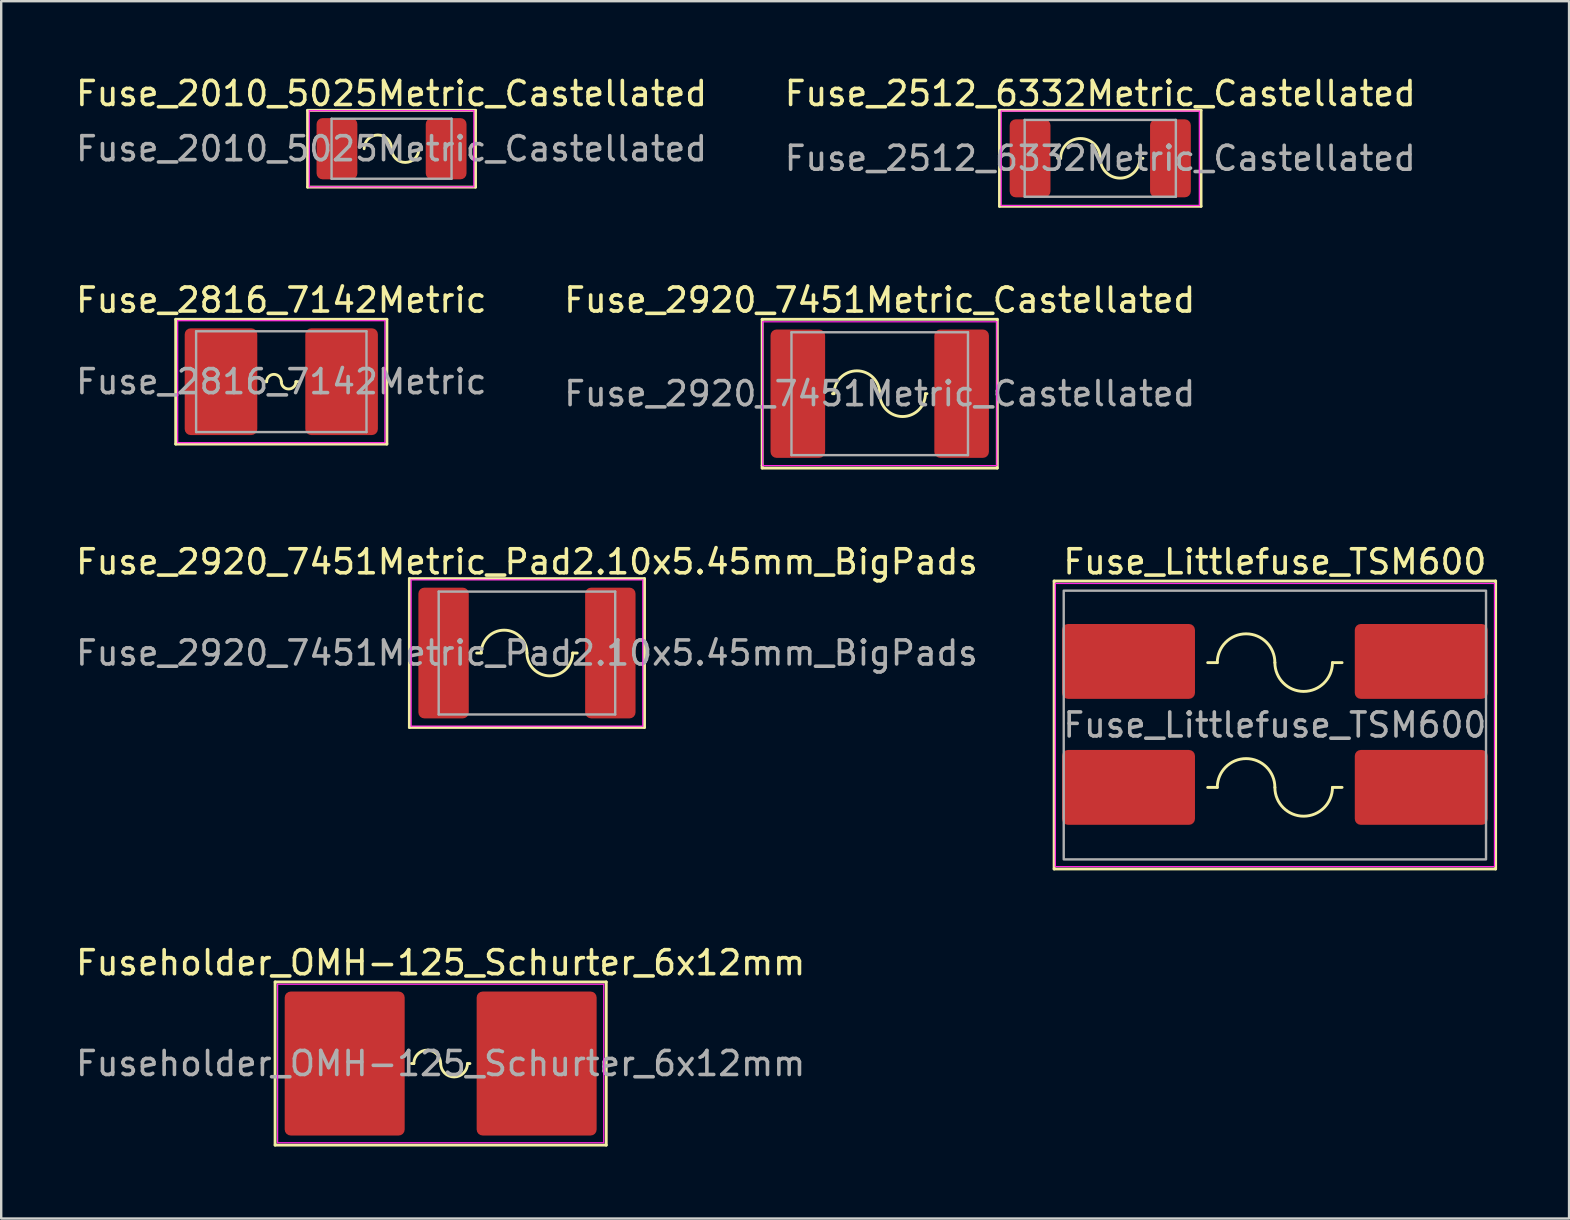
<source format=kicad_pcb>
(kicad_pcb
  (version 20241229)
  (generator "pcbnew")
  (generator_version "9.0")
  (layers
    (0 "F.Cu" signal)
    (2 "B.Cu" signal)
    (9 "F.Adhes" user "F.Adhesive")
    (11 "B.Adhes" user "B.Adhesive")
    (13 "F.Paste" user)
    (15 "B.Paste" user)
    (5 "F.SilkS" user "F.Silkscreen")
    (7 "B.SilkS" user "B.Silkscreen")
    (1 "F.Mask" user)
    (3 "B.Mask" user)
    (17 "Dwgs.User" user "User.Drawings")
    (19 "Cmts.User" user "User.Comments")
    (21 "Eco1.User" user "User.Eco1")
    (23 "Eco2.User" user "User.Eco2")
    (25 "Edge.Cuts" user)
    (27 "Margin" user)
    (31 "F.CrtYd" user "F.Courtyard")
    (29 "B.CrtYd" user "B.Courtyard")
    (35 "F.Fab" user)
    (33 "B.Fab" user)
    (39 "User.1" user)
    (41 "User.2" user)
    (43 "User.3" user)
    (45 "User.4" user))
  (footprint "Fuse_2010_5025Metric_Castellated"
    (layer "F.Cu")
    (at 13.268 3.148)
    (property "Reference" "Fuse_2010_5025Metric_Castellated" (at 0 -2.3 0) (layer "F.SilkS") (effects (font (size 1 1) (thickness 0.15))))
    (attr smd)
    (fp_line (start -3.5 -1.6) (end -3.5 1.6) (stroke (width 0.12) (type solid)) (layer "F.SilkS"))
    (fp_line (start -3.5 1.6) (end 3.5 1.6) (stroke (width 0.12) (type solid)) (layer "F.SilkS"))
    (fp_line (start 3.5 -1.6) (end -3.5 -1.6) (stroke (width 0.12) (type solid)) (layer "F.SilkS"))
    (fp_line (start 3.5 1.6) (end 3.5 -1.6) (stroke (width 0.12) (type solid)) (layer "F.SilkS"))
    (fp_arc (start -1.143 0) (mid -0.5715 -0.5715) (end 0 0) (stroke (width 0.12) (type solid)) (layer "F.SilkS"))
    (fp_arc (start 1.143 0) (mid 0.5715 0.5715) (end 0 0) (stroke (width 0.12) (type solid)) (layer "F.SilkS"))
    (fp_line (start -3.429 -1.587) (end 3.429 -1.587) (stroke (width 0.05) (type solid)) (layer "F.CrtYd"))
    (fp_line (start -3.429 1.587) (end -3.429 -1.587) (stroke (width 0.05) (type solid)) (layer "F.CrtYd"))
    (fp_line (start 3.429 -1.587) (end 3.429 1.587) (stroke (width 0.05) (type solid)) (layer "F.CrtYd"))
    (fp_line (start 3.429 1.587) (end -3.429 1.587) (stroke (width 0.05) (type solid)) (layer "F.CrtYd"))
    (fp_line (start -2.5 -1.25) (end 2.5 -1.25) (stroke (width 0.1) (type solid)) (layer "F.Fab"))
    (fp_line (start -2.5 1.25) (end -2.5 -1.25) (stroke (width 0.1) (type solid)) (layer "F.Fab"))
    (fp_line (start 2.5 -1.25) (end 2.5 1.25) (stroke (width 0.1) (type solid)) (layer "F.Fab"))
    (fp_line (start 2.5 1.25) (end -2.5 1.25) (stroke (width 0.1) (type solid)) (layer "F.Fab"))
    (fp_text user "${REFERENCE}" (at 0 0 0) (layer "F.Fab") (effects (font (size 1 1) (thickness 0.15))))
    (pad "1" smd roundrect (at -2.275 0) (size 1.7 2.55) (layers "F.Cu" "F.Mask" "F.Paste") (roundrect_rratio 0.147))
    (pad "2" smd roundrect (at 2.275 0) (size 1.7 2.55) (layers "F.Cu" "F.Mask" "F.Paste") (roundrect_rratio 0.147)))
  (footprint "Fuse_2512_6332Metric_Castellated"
    (layer "F.Cu")
    (at 42.804 3.548)
    (property "Reference" "Fuse_2512_6332Metric_Castellated" (at 0 -2.7 0) (layer "F.SilkS") (effects (font (size 1 1) (thickness 0.15))))
    (attr smd)
    (fp_line (start -4.2 -2) (end -4.2 2) (stroke (width 0.12) (type solid)) (layer "F.SilkS"))
    (fp_line (start -4.2 2) (end 4.2 2) (stroke (width 0.12) (type solid)) (layer "F.SilkS"))
    (fp_line (start -1.651 0) (end -1.778 0) (stroke (width 0.12) (type solid)) (layer "F.SilkS"))
    (fp_line (start 1.778 0) (end 1.651 0) (stroke (width 0.12) (type solid)) (layer "F.SilkS"))
    (fp_line (start 4.2 -2) (end -4.2 -2) (stroke (width 0.12) (type solid)) (layer "F.SilkS"))
    (fp_line (start 4.2 2) (end 4.2 -2) (stroke (width 0.12) (type solid)) (layer "F.SilkS"))
    (fp_arc (start -1.651 0) (mid -0.8255 -0.8255) (end 0 0) (stroke (width 0.12) (type solid)) (layer "F.SilkS"))
    (fp_arc (start 1.651 0) (mid 0.8255 0.8255) (end 0 0) (stroke (width 0.12) (type solid)) (layer "F.SilkS"))
    (fp_line (start -4.128 -1.968) (end 4.128 -1.968) (stroke (width 0.05) (type solid)) (layer "F.CrtYd"))
    (fp_line (start -4.128 1.968) (end -4.128 -1.968) (stroke (width 0.05) (type solid)) (layer "F.CrtYd"))
    (fp_line (start 4.128 -1.968) (end 4.128 1.968) (stroke (width 0.05) (type solid)) (layer "F.CrtYd"))
    (fp_line (start 4.128 1.968) (end -4.128 1.968) (stroke (width 0.05) (type solid)) (layer "F.CrtYd"))
    (fp_line (start -3.15 -1.6) (end 3.15 -1.6) (stroke (width 0.1) (type solid)) (layer "F.Fab"))
    (fp_line (start -3.15 1.6) (end -3.15 -1.6) (stroke (width 0.1) (type solid)) (layer "F.Fab"))
    (fp_line (start 3.15 -1.6) (end 3.15 1.6) (stroke (width 0.1) (type solid)) (layer "F.Fab"))
    (fp_line (start 3.15 1.6) (end -3.15 1.6) (stroke (width 0.1) (type solid)) (layer "F.Fab"))
    (fp_text user "${REFERENCE}" (at 0 0 0) (layer "F.Fab") (effects (font (size 1 1) (thickness 0.15))))
    (pad "1" smd roundrect (at -2.925 0) (size 1.7 3.25) (layers "F.Cu" "F.Mask" "F.Paste") (roundrect_rratio 0.147))
    (pad "2" smd roundrect (at 2.925 0) (size 1.7 3.25) (layers "F.Cu" "F.Mask" "F.Paste") (roundrect_rratio 0.147)))
  (footprint "Fuse_2920_7451Metric_Pad2.10x5.45mm_BigPads"
    (layer "F.Cu")
    (at 18.911 24.165)
    (property "Reference" "Fuse_2920_7451Metric_Pad2.10x5.45mm_BigPads" (at 0 -3.8 0) (layer "F.SilkS") (effects (font (size 1 1) (thickness 0.15))))
    (attr smd)
    (fp_line (start -4.9 -3.1) (end -4.9 3.1) (stroke (width 0.12) (type solid)) (layer "F.SilkS"))
    (fp_line (start -4.9 3.1) (end 4.9 3.1) (stroke (width 0.12) (type solid)) (layer "F.SilkS"))
    (fp_line (start -1.905 0) (end -2.095 0) (stroke (width 0.12) (type solid)) (layer "F.SilkS"))
    (fp_line (start 2.095 0) (end 1.905 0) (stroke (width 0.12) (type solid)) (layer "F.SilkS"))
    (fp_line (start 4.9 -3.1) (end -4.9 -3.1) (stroke (width 0.12) (type solid)) (layer "F.SilkS"))
    (fp_line (start 4.9 3.1) (end 4.9 -3.1) (stroke (width 0.12) (type solid)) (layer "F.SilkS"))
    (fp_arc (start -1.905 0) (mid -0.9525 -0.9525) (end 0 0) (stroke (width 0.12) (type solid)) (layer "F.SilkS"))
    (fp_arc (start 1.905 0) (mid 0.9525 0.9525) (end 0 0) (stroke (width 0.12) (type solid)) (layer "F.SilkS"))
    (fp_line (start -4.826 -3.048) (end 4.826 -3.048) (stroke (width 0.05) (type solid)) (layer "F.CrtYd"))
    (fp_line (start -4.826 3.048) (end -4.826 -3.048) (stroke (width 0.05) (type solid)) (layer "F.CrtYd"))
    (fp_line (start 4.826 -3.048) (end 4.826 3.048) (stroke (width 0.05) (type solid)) (layer "F.CrtYd"))
    (fp_line (start 4.826 3.048) (end -4.826 3.048) (stroke (width 0.05) (type solid)) (layer "F.CrtYd"))
    (fp_line (start -3.678 -2.56) (end 3.678 -2.56) (stroke (width 0.1) (type solid)) (layer "F.Fab"))
    (fp_line (start -3.678 2.56) (end -3.678 -2.56) (stroke (width 0.1) (type solid)) (layer "F.Fab"))
    (fp_line (start 3.678 -2.56) (end 3.678 2.56) (stroke (width 0.1) (type solid)) (layer "F.Fab"))
    (fp_line (start 3.678 2.56) (end -3.678 2.56) (stroke (width 0.1) (type solid)) (layer "F.Fab"))
    (fp_text user "${REFERENCE}" (at 0 0 0) (layer "F.Fab") (effects (font (size 1 1) (thickness 0.15))))
    (pad "1" smd roundrect (at -3.475 0) (size 2.1 5.45) (layers "F.Cu" "F.Mask" "F.Paste") (roundrect_rratio 0.119))
    (pad "2" smd roundrect (at 3.475 0) (size 2.1 5.45) (layers "F.Cu" "F.Mask" "F.Paste") (roundrect_rratio 0.119)))
  (footprint "Fuse_2920_7451Metric_Castellated"
    (layer "F.Cu")
    (at 33.613 13.357)
    (property "Reference" "Fuse_2920_7451Metric_Castellated" (at 0 -3.9 0) (layer "F.SilkS") (effects (font (size 1 1) (thickness 0.15))))
    (attr smd)
    (fp_line (start -4.9 -3.1) (end -4.9 3) (stroke (width 0.12) (type solid)) (layer "F.SilkS"))
    (fp_line (start -4.9 3) (end -4.9 3.1) (stroke (width 0.12) (type solid)) (layer "F.SilkS"))
    (fp_line (start -4.9 3.1) (end 4.9 3.1) (stroke (width 0.12) (type solid)) (layer "F.SilkS"))
    (fp_line (start -1.905 0) (end -1.968 0) (stroke (width 0.12) (type solid)) (layer "F.SilkS"))
    (fp_line (start 1.968 0) (end 1.905 0) (stroke (width 0.12) (type solid)) (layer "F.SilkS"))
    (fp_line (start 4.9 -3.1) (end -4.9 -3.1) (stroke (width 0.12) (type solid)) (layer "F.SilkS"))
    (fp_line (start 4.9 3.1) (end 4.9 -3.1) (stroke (width 0.12) (type solid)) (layer "F.SilkS"))
    (fp_arc (start -1.905 0) (mid -0.9525 -0.9525) (end 0 0) (stroke (width 0.12) (type solid)) (layer "F.SilkS"))
    (fp_arc (start 1.905 0) (mid 0.9525 0.9525) (end 0 0) (stroke (width 0.12) (type solid)) (layer "F.SilkS"))
    (fp_line (start -4.877 -2.997) (end 4.877 -2.997) (stroke (width 0.05) (type solid)) (layer "F.CrtYd"))
    (fp_line (start -4.877 2.997) (end -4.877 -2.997) (stroke (width 0.05) (type solid)) (layer "F.CrtYd"))
    (fp_line (start 4.877 -2.997) (end 4.877 2.997) (stroke (width 0.05) (type solid)) (layer "F.CrtYd"))
    (fp_line (start 4.877 2.997) (end -4.877 2.997) (stroke (width 0.05) (type solid)) (layer "F.CrtYd"))
    (fp_line (start -3.678 -2.56) (end 3.678 -2.56) (stroke (width 0.1) (type solid)) (layer "F.Fab"))
    (fp_line (start -3.678 2.56) (end -3.678 -2.56) (stroke (width 0.1) (type solid)) (layer "F.Fab"))
    (fp_line (start 3.678 -2.56) (end 3.678 2.56) (stroke (width 0.1) (type solid)) (layer "F.Fab"))
    (fp_line (start 3.678 2.56) (end -3.678 2.56) (stroke (width 0.1) (type solid)) (layer "F.Fab"))
    (fp_text user "${REFERENCE}" (at 0 0 0) (layer "F.Fab") (effects (font (size 1 1) (thickness 0.15))))
    (pad "1" smd roundrect (at -3.413 0) (size 2.275 5.35) (layers "F.Cu" "F.Mask" "F.Paste") (roundrect_rratio 0.11))
    (pad "2" smd roundrect (at 3.413 0) (size 2.275 5.35) (layers "F.Cu" "F.Mask" "F.Paste") (roundrect_rratio 0.11)))
  (footprint "Fuse_2816_7142Metric"
    (layer "F.Cu")
    (at 8.673 12.857)
    (property "Reference" "Fuse_2816_7142Metric" (at 0 -3.4 0) (layer "F.SilkS") (effects (font (size 1 1) (thickness 0.15))))
    (attr smd)
    (fp_line (start -4.4 -2.6) (end -4.4 2.6) (stroke (width 0.12) (type solid)) (layer "F.SilkS"))
    (fp_line (start -4.4 2.6) (end 4.4 2.6) (stroke (width 0.12) (type solid)) (layer "F.SilkS"))
    (fp_line (start -0.61 0) (end -0.711 0) (stroke (width 0.12) (type solid)) (layer "F.SilkS"))
    (fp_line (start 0.61 0) (end 0.711 0) (stroke (width 0.12) (type solid)) (layer "F.SilkS"))
    (fp_line (start 4.4 -2.6) (end -4.4 -2.6) (stroke (width 0.12) (type solid)) (layer "F.SilkS"))
    (fp_line (start 4.4 2.6) (end 4.4 -2.6) (stroke (width 0.12) (type solid)) (layer "F.SilkS"))
    (fp_arc (start -0.6096 0) (mid -0.3048 -0.3048) (end 0 0) (stroke (width 0.12) (type solid)) (layer "F.SilkS"))
    (fp_arc (start 0.6096 0) (mid 0.3048 0.3048) (end 0 0) (stroke (width 0.12) (type solid)) (layer "F.SilkS"))
    (fp_line (start -4.318 -2.54) (end 4.318 -2.54) (stroke (width 0.05) (type solid)) (layer "F.CrtYd"))
    (fp_line (start -4.318 2.54) (end -4.318 -2.54) (stroke (width 0.05) (type solid)) (layer "F.CrtYd"))
    (fp_line (start 4.318 -2.54) (end 4.318 2.54) (stroke (width 0.05) (type solid)) (layer "F.CrtYd"))
    (fp_line (start 4.318 2.54) (end -4.318 2.54) (stroke (width 0.05) (type solid)) (layer "F.CrtYd"))
    (fp_line (start -3.55 -2.1) (end 3.55 -2.1) (stroke (width 0.1) (type solid)) (layer "F.Fab"))
    (fp_line (start -3.55 2.1) (end -3.55 -2.1) (stroke (width 0.1) (type solid)) (layer "F.Fab"))
    (fp_line (start 3.55 -2.1) (end 3.55 2.1) (stroke (width 0.1) (type solid)) (layer "F.Fab"))
    (fp_line (start 3.55 2.1) (end -3.55 2.1) (stroke (width 0.1) (type solid)) (layer "F.Fab"))
    (fp_text user "${REFERENCE}" (at 0 0 0) (layer "F.Fab") (effects (font (size 1 1) (thickness 0.15))))
    (pad "1" smd roundrect (at -2.513 0) (size 3.025 4.45) (layers "F.Cu" "F.Mask" "F.Paste") (roundrect_rratio 0.083))
    (pad "2" smd roundrect (at 2.513 0) (size 3.025 4.45) (layers "F.Cu" "F.Mask" "F.Paste") (roundrect_rratio 0.083)))
  (footprint "Fuseholder_OMH-125_Schurter_6x12mm"
    (layer "F.Cu")
    (at 15.315 41.273)
    (property "Reference" "Fuseholder_OMH-125_Schurter_6x12mm" (at 0 -4.2 0) (layer "F.SilkS") (effects (font (size 1 1) (thickness 0.15))))
    (fp_line (start -6.9 -3.4) (end -6.9 3.4) (stroke (width 0.12) (type solid)) (layer "F.SilkS"))
    (fp_line (start -6.9 3.4) (end 6.9 3.4) (stroke (width 0.12) (type solid)) (layer "F.SilkS"))
    (fp_line (start -1.118 0) (end -1.219 0) (stroke (width 0.12) (type solid)) (layer "F.SilkS"))
    (fp_line (start 1.118 0) (end 1.219 0) (stroke (width 0.12) (type solid)) (layer "F.SilkS"))
    (fp_line (start 6.9 -3.4) (end -6.9 -3.4) (stroke (width 0.12) (type solid)) (layer "F.SilkS"))
    (fp_line (start 6.9 3.4) (end 6.9 -3.4) (stroke (width 0.12) (type solid)) (layer "F.SilkS"))
    (fp_arc (start -1.1176 0) (mid -0.5588 -0.5588) (end 0 0) (stroke (width 0.12) (type solid)) (layer "F.SilkS"))
    (fp_arc (start 1.1176 0) (mid 0.5588 0.5588) (end 0 0) (stroke (width 0.12) (type solid)) (layer "F.SilkS"))
    (fp_line (start -6.795 -3.302) (end 6.795 -3.302) (stroke (width 0.05) (type solid)) (layer "F.CrtYd"))
    (fp_line (start -6.795 3.302) (end -6.795 -3.302) (stroke (width 0.05) (type solid)) (layer "F.CrtYd"))
    (fp_line (start 6.795 -3.302) (end 6.795 3.302) (stroke (width 0.05) (type solid)) (layer "F.CrtYd"))
    (fp_line (start 6.795 3.302) (end -6.795 3.302) (stroke (width 0.05) (type solid)) (layer "F.CrtYd"))
    (fp_text user "${REFERENCE}" (at 0 0 0) (layer "F.Fab") (effects (font (size 1 1) (thickness 0.15))))
    (pad "1" smd roundrect (at -4 0) (size 5 6) (layers "F.Cu" "F.Mask" "F.Paste") (roundrect_rratio 0.05))
    (pad "2" smd roundrect (at 4 0) (size 5 6) (layers "F.Cu" "F.Mask" "F.Paste") (roundrect_rratio 0.05)))
  (footprint "Fuse_Littlefuse_TSM600"
    (layer "F.Cu")
    (at 50.081 27.165)
    (property "Reference" "Fuse_Littlefuse_TSM600" (at 0 -6.8 0) (layer "F.SilkS") (effects (font (size 1 1) (thickness 0.15))))
    (fp_line (start -9.2 -6) (end -9.2 6) (stroke (width 0.12) (type solid)) (layer "F.SilkS"))
    (fp_line (start -9.2 6) (end 9.2 6) (stroke (width 0.12) (type solid)) (layer "F.SilkS"))
    (fp_line (start -2.4 -2.6) (end -2.8 -2.6) (stroke (width 0.12) (type solid)) (layer "F.SilkS"))
    (fp_line (start -2.4 2.6) (end -2.8 2.6) (stroke (width 0.12) (type solid)) (layer "F.SilkS"))
    (fp_line (start 2.4 -2.6) (end 2.8 -2.6) (stroke (width 0.12) (type solid)) (layer "F.SilkS"))
    (fp_line (start 2.4 2.6) (end 2.8 2.6) (stroke (width 0.12) (type solid)) (layer "F.SilkS"))
    (fp_line (start 9.2 -6) (end -9.2 -6) (stroke (width 0.12) (type solid)) (layer "F.SilkS"))
    (fp_line (start 9.2 6) (end 9.2 -6) (stroke (width 0.12) (type solid)) (layer "F.SilkS"))
    (fp_arc (start -2.4 -2.6) (mid -1.2 -3.8) (end 0 -2.6) (stroke (width 0.12) (type solid)) (layer "F.SilkS"))
    (fp_arc (start -2.4 2.6) (mid -1.2 1.4) (end 0 2.6) (stroke (width 0.12) (type solid)) (layer "F.SilkS"))
    (fp_arc (start 2.4 -2.6) (mid 1.2 -1.4) (end 0 -2.6) (stroke (width 0.12) (type solid)) (layer "F.SilkS"))
    (fp_arc (start 2.4 2.6) (mid 1.2 3.8) (end 0 2.6) (stroke (width 0.12) (type solid)) (layer "F.SilkS"))
    (fp_rect (start -9.15 -5.9) (end 9.15 5.9) (stroke (width 0.05) (type solid)) (fill no) (layer "F.CrtYd"))
    (fp_rect (start -8.8 -5.6) (end 8.8 5.6) (stroke (width 0.1) (type solid)) (fill no) (layer "F.Fab"))
    (fp_text user "${REFERENCE}" (at 0 0 0) (layer "F.Fab") (effects (font (size 1 1) (thickness 0.15))))
    (pad "1" smd roundrect (at -6.1 -2.65) (size 5.54 3.12) (layers "F.Cu" "F.Mask" "F.Paste") (roundrect_rratio 0.08))
    (pad "2" smd roundrect (at -6.1 2.6) (size 5.54 3.12) (layers "F.Cu" "F.Mask" "F.Paste") (roundrect_rratio 0.08))
    (pad "3" smd roundrect (at 6.1 2.6) (size 5.54 3.12) (layers "F.Cu" "F.Mask" "F.Paste") (roundrect_rratio 0.08))
    (pad "4" smd roundrect (at 6.1 -2.65) (size 5.54 3.12) (layers "F.Cu" "F.Mask" "F.Paste") (roundrect_rratio 0.08)))
  (gr_rect
    (start -3 -3)
    (end 62.341 47.733)
    (stroke (width 0.1) (type default))
    (fill no)
    (layer "Edge.Cuts")))
</source>
